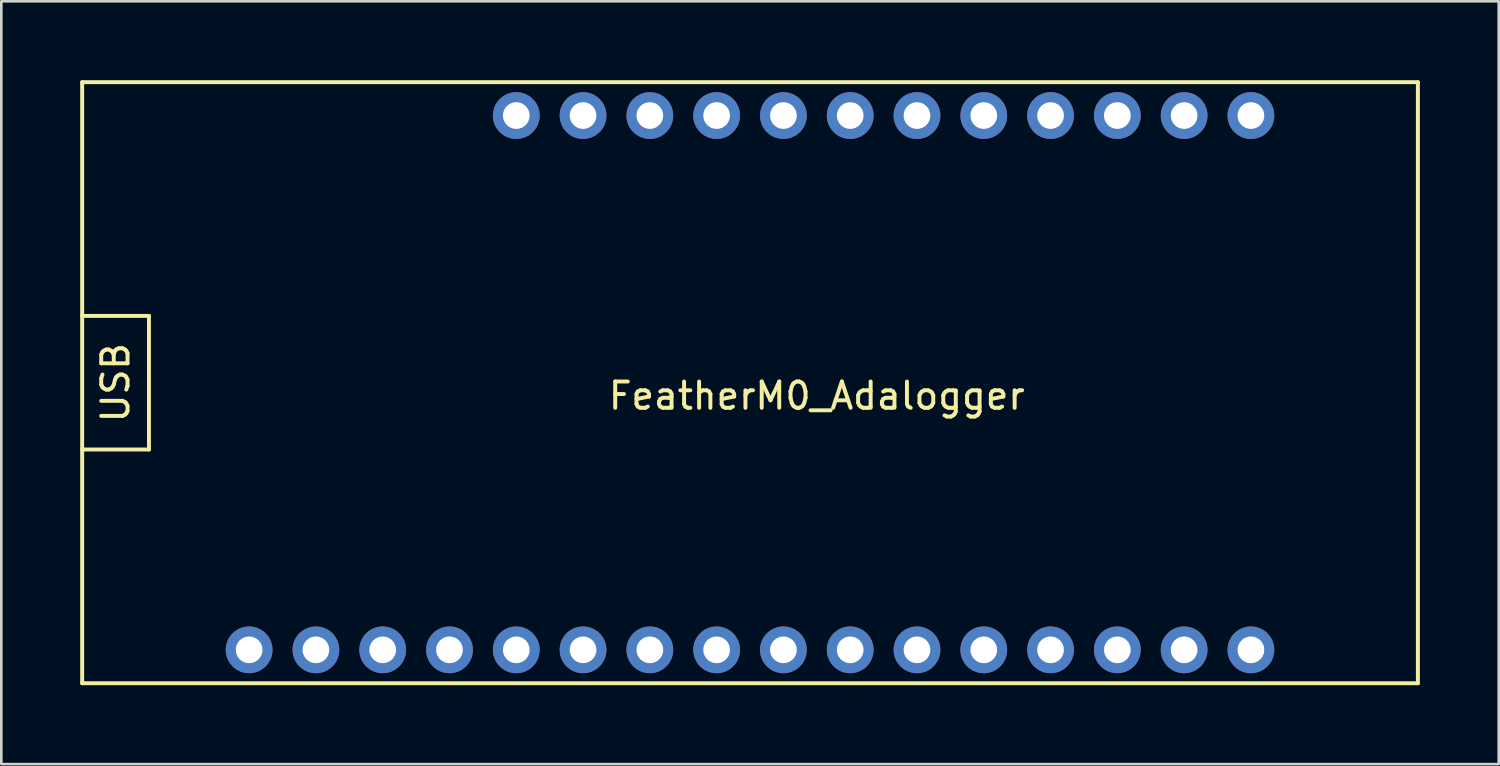
<source format=kicad_pcb>
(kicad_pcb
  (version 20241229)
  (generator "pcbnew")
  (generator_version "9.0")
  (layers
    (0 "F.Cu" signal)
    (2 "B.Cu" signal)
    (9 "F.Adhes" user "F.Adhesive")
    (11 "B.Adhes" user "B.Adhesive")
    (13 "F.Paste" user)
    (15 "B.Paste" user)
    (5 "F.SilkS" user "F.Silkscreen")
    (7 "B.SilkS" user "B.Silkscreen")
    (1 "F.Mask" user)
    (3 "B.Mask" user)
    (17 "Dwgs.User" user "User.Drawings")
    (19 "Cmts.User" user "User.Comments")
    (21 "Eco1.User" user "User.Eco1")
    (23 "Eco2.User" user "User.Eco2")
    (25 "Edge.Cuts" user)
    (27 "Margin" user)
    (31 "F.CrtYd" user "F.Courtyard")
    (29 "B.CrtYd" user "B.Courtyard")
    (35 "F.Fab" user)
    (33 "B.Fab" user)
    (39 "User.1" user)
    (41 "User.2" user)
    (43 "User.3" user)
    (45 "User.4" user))
  (footprint "FeatherM0_Adalogger"
    (layer "F.Cu")
    (at 28.015 11.505)
    (property "Reference" "FeatherM0_Adalogger" (at 0 0.5 0) (layer "F.SilkS") (effects (font (size 1 1) (thickness 0.15))))
    (attr through_hole)
    (fp_line (start -27.94 -2.54) (end -25.4 -2.54) (stroke (width 0.15) (type solid)) (layer "F.SilkS"))
    (fp_line (start -27.94 11.43) (end -27.94 -11.43) (stroke (width 0.15) (type solid)) (layer "F.SilkS"))
    (fp_line (start -27.94 11.43) (end 22.86 11.43) (stroke (width 0.15) (type solid)) (layer "F.SilkS"))
    (fp_line (start -25.4 -2.54) (end -25.4 2.54) (stroke (width 0.15) (type solid)) (layer "F.SilkS"))
    (fp_line (start -25.4 2.54) (end -27.94 2.54) (stroke (width 0.15) (type solid)) (layer "F.SilkS"))
    (fp_line (start 22.86 -11.43) (end -27.94 -11.43) (stroke (width 0.15) (type solid)) (layer "F.SilkS"))
    (fp_line (start 22.86 -11.43) (end 22.86 11.43) (stroke (width 0.15) (type solid)) (layer "F.SilkS"))
    (fp_text user "USB" (at -26.67 0 90) (layer "F.SilkS") (effects (font (size 1 1) (thickness 0.15))))
    (pad "1" thru_hole circle (at -21.59 10.16) (size 1.778 1.778) (drill 1.016) (layers "*.Cu" "*.Mask"))
    (pad "2" thru_hole circle (at -19.05 10.16) (size 1.778 1.778) (drill 1.016) (layers "*.Cu" "*.Mask"))
    (pad "3" thru_hole circle (at -16.51 10.16) (size 1.778 1.778) (drill 1.016) (layers "*.Cu" "*.Mask"))
    (pad "4" thru_hole circle (at -13.97 10.16) (size 1.778 1.778) (drill 1.016) (layers "*.Cu" "*.Mask"))
    (pad "5" thru_hole circle (at -11.43 10.16) (size 1.778 1.778) (drill 1.016) (layers "*.Cu" "*.Mask"))
    (pad "6" thru_hole circle (at -8.89 10.16) (size 1.778 1.778) (drill 1.016) (layers "*.Cu" "*.Mask"))
    (pad "7" thru_hole circle (at -6.35 10.16) (size 1.778 1.778) (drill 1.016) (layers "*.Cu" "*.Mask"))
    (pad "8" thru_hole circle (at -3.81 10.16) (size 1.778 1.778) (drill 1.016) (layers "*.Cu" "*.Mask"))
    (pad "9" thru_hole circle (at -1.27 10.16) (size 1.778 1.778) (drill 1.016) (layers "*.Cu" "*.Mask"))
    (pad "10" thru_hole circle (at 1.27 10.16) (size 1.778 1.778) (drill 1.016) (layers "*.Cu" "*.Mask"))
    (pad "11" thru_hole circle (at 3.81 10.16) (size 1.778 1.778) (drill 1.016) (layers "*.Cu" "*.Mask"))
    (pad "12" thru_hole circle (at 6.35 10.16) (size 1.778 1.778) (drill 1.016) (layers "*.Cu" "*.Mask"))
    (pad "13" thru_hole circle (at 8.89 10.16) (size 1.778 1.778) (drill 1.016) (layers "*.Cu" "*.Mask"))
    (pad "14" thru_hole circle (at 11.43 10.16) (size 1.778 1.778) (drill 1.016) (layers "*.Cu" "*.Mask"))
    (pad "15" thru_hole circle (at 13.97 10.16) (size 1.778 1.778) (drill 1.016) (layers "*.Cu" "*.Mask"))
    (pad "16" thru_hole circle (at 16.51 10.16) (size 1.778 1.778) (drill 1.016) (layers "*.Cu" "*.Mask"))
    (pad "17" thru_hole circle (at 16.51 -10.16) (size 1.778 1.778) (drill 1.016) (layers "*.Cu" "*.Mask"))
    (pad "18" thru_hole circle (at 13.97 -10.16) (size 1.778 1.778) (drill 1.016) (layers "*.Cu" "*.Mask"))
    (pad "19" thru_hole circle (at 11.43 -10.16) (size 1.778 1.778) (drill 1.016) (layers "*.Cu" "*.Mask"))
    (pad "20" thru_hole circle (at 8.89 -10.16) (size 1.778 1.778) (drill 1.016) (layers "*.Cu" "*.Mask"))
    (pad "21" thru_hole circle (at 6.35 -10.16) (size 1.778 1.778) (drill 1.016) (layers "*.Cu" "*.Mask"))
    (pad "22" thru_hole circle (at 3.81 -10.16) (size 1.778 1.778) (drill 1.016) (layers "*.Cu" "*.Mask"))
    (pad "23" thru_hole circle (at 1.27 -10.16) (size 1.778 1.778) (drill 1.016) (layers "*.Cu" "*.Mask"))
    (pad "24" thru_hole circle (at -1.27 -10.16) (size 1.778 1.778) (drill 1.016) (layers "*.Cu" "*.Mask"))
    (pad "25" thru_hole circle (at -3.81 -10.16) (size 1.778 1.778) (drill 1.016) (layers "*.Cu" "*.Mask"))
    (pad "26" thru_hole circle (at -6.35 -10.16) (size 1.778 1.778) (drill 1.016) (layers "*.Cu" "*.Mask"))
    (pad "27" thru_hole circle (at -8.89 -10.16) (size 1.778 1.778) (drill 1.016) (layers "*.Cu" "*.Mask"))
    (pad "28" thru_hole circle (at -11.43 -10.16) (size 1.778 1.778) (drill 1.016) (layers "*.Cu" "*.Mask")))
  (gr_rect
    (start -3 -3)
    (end 53.95 26.01)
    (stroke (width 0.1) (type default))
    (fill no)
    (layer "Edge.Cuts")))
</source>
